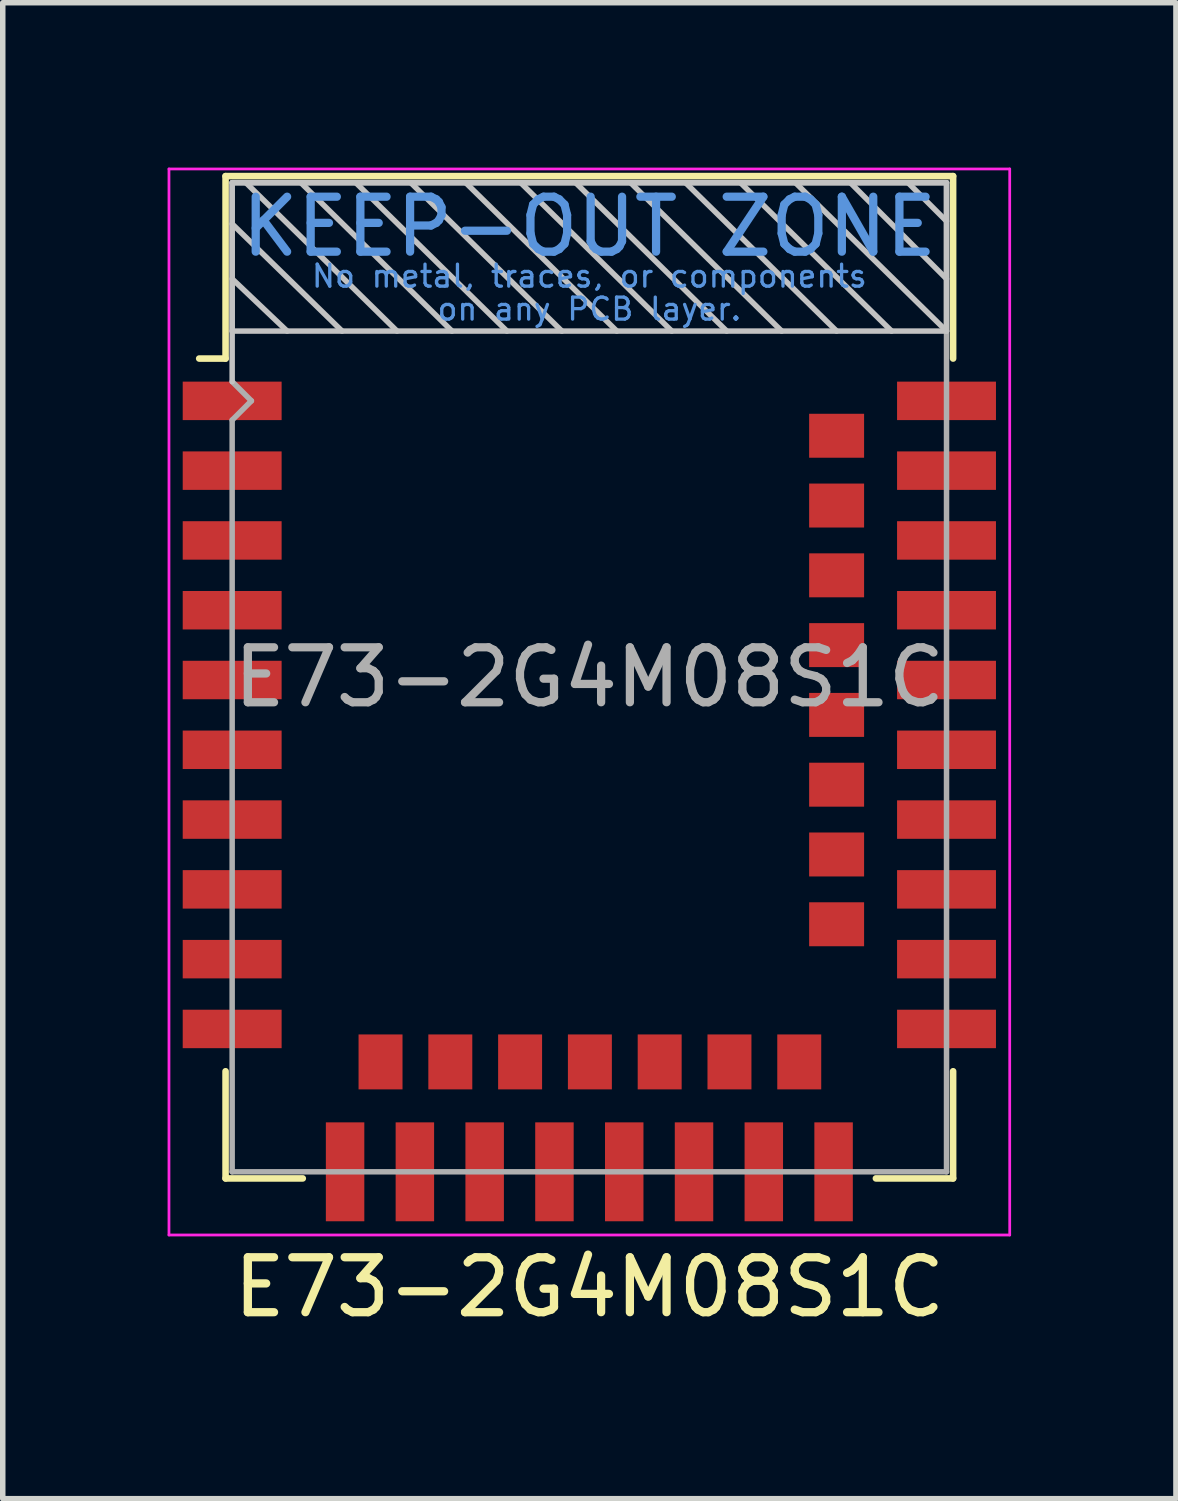
<source format=kicad_pcb>
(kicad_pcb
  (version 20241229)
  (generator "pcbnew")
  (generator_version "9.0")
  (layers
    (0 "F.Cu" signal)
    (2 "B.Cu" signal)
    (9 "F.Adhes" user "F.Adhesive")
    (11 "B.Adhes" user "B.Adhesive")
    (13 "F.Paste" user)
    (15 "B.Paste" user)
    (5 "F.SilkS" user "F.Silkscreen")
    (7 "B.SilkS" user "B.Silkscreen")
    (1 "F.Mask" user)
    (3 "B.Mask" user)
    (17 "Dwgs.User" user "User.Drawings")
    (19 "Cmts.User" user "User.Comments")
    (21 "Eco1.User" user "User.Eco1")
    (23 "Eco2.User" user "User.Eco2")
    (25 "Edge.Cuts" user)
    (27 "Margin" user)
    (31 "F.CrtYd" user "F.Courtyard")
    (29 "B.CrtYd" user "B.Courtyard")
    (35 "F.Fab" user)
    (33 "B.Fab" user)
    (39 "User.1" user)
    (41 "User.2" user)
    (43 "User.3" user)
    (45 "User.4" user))
  (footprint "E73-2G4M08S1C"
    (layer "F.Cu")
    (at 7.675 9.325)
    (property "Reference" "E73-2G4M08S1C" (at 0 11.05 0) (layer "F.SilkS") (effects (font (size 1 1) (thickness 0.15))))
    (attr smd)
    (fp_line (start -6.62 -9.17) (end -6.62 -5.85) (stroke (width 0.12) (type solid)) (layer "F.SilkS"))
    (fp_line (start -6.62 -5.85) (end -7.1 -5.85) (stroke (width 0.12) (type solid)) (layer "F.SilkS"))
    (fp_line (start -6.62 9.07) (end -6.62 7.12) (stroke (width 0.12) (type solid)) (layer "F.SilkS"))
    (fp_line (start -6.62 9.07) (end -5.215 9.07) (stroke (width 0.12) (type solid)) (layer "F.SilkS"))
    (fp_line (start 6.62 -9.17) (end -6.62 -9.17) (stroke (width 0.12) (type solid)) (layer "F.SilkS"))
    (fp_line (start 6.62 -9.17) (end 6.62 -5.85) (stroke (width 0.12) (type solid)) (layer "F.SilkS"))
    (fp_line (start 6.62 9.07) (end 5.215 9.07) (stroke (width 0.12) (type solid)) (layer "F.SilkS"))
    (fp_line (start 6.62 9.07) (end 6.62 7.12) (stroke (width 0.12) (type solid)) (layer "F.SilkS"))
    (fp_line (start -6.5 -9.05) (end 6.5 -9.05) (stroke (width 0.1) (type solid)) (layer "Dwgs.User"))
    (fp_line (start -6.5 -8.3) (end -4.5 -6.35) (stroke (width 0.1) (type solid)) (layer "Dwgs.User"))
    (fp_line (start -6.5 -5.43) (end -6.5 -9.05) (stroke (width 0.1) (type solid)) (layer "Dwgs.User"))
    (fp_line (start -5.5 -6.35) (end -6.5 -7.3) (stroke (width 0.1) (type solid)) (layer "Dwgs.User"))
    (fp_line (start -5.25 -9.05) (end -2.5 -6.35) (stroke (width 0.1) (type solid)) (layer "Dwgs.User"))
    (fp_line (start -3.5 -6.35) (end -6.25 -9.05) (stroke (width 0.1) (type solid)) (layer "Dwgs.User"))
    (fp_line (start -3.25 -9.05) (end -0.5 -6.35) (stroke (width 0.1) (type solid)) (layer "Dwgs.User"))
    (fp_line (start -1.5 -6.35) (end -4.25 -9.05) (stroke (width 0.1) (type solid)) (layer "Dwgs.User"))
    (fp_line (start -1.25 -9.05) (end 1.5 -6.35) (stroke (width 0.1) (type solid)) (layer "Dwgs.User"))
    (fp_line (start 0.5 -6.35) (end -2.25 -9.05) (stroke (width 0.1) (type solid)) (layer "Dwgs.User"))
    (fp_line (start 0.75 -9.05) (end 3.5 -6.35) (stroke (width 0.1) (type solid)) (layer "Dwgs.User"))
    (fp_line (start 2.5 -6.35) (end -0.25 -9.05) (stroke (width 0.1) (type solid)) (layer "Dwgs.User"))
    (fp_line (start 2.75 -9.05) (end 5.5 -6.35) (stroke (width 0.1) (type solid)) (layer "Dwgs.User"))
    (fp_line (start 4.5 -6.35) (end 1.75 -9.05) (stroke (width 0.1) (type solid)) (layer "Dwgs.User"))
    (fp_line (start 4.75 -9.05) (end 6.5 -7.3) (stroke (width 0.1) (type solid)) (layer "Dwgs.User"))
    (fp_line (start 5.8 -9.05) (end 6.5 -8.35) (stroke (width 0.1) (type solid)) (layer "Dwgs.User"))
    (fp_line (start 6.5 -9.05) (end 6.5 -6.35) (stroke (width 0.1) (type solid)) (layer "Dwgs.User"))
    (fp_line (start 6.5 -6.35) (end -6.5 -6.35) (stroke (width 0.1) (type solid)) (layer "Dwgs.User"))
    (fp_line (start 6.5 -6.35) (end 3.75 -9.05) (stroke (width 0.1) (type solid)) (layer "Dwgs.User"))
    (fp_line (start -7.65 -9.3) (end -7.65 10.1) (stroke (width 0.05) (type solid)) (layer "F.CrtYd"))
    (fp_line (start -7.65 10.1) (end 7.65 10.1) (stroke (width 0.05) (type solid)) (layer "F.CrtYd"))
    (fp_line (start 7.65 -9.3) (end -7.65 -9.3) (stroke (width 0.05) (type solid)) (layer "F.CrtYd"))
    (fp_line (start 7.65 10.1) (end 7.65 -9.3) (stroke (width 0.05) (type solid)) (layer "F.CrtYd"))
    (fp_line (start -6.5 -6.35) (end -6.5 -9.05) (stroke (width 0.1) (type solid)) (layer "F.Fab"))
    (fp_line (start -6.5 -5.43) (end -6.15 -5.08) (stroke (width 0.1) (type solid)) (layer "F.Fab"))
    (fp_line (start -6.5 -4.73) (end -6.5 8.95) (stroke (width 0.1) (type solid)) (layer "F.Fab"))
    (fp_line (start -6.5 8.95) (end 6.5 8.95) (stroke (width 0.1) (type solid)) (layer "F.Fab"))
    (fp_line (start -6.15 -5.08) (end -6.5 -4.73) (stroke (width 0.1) (type solid)) (layer "F.Fab"))
    (fp_line (start 6.5 -9.05) (end -6.5 -9.05) (stroke (width 0.1) (type solid)) (layer "F.Fab"))
    (fp_line (start 6.5 8.95) (end 6.5 -9.05) (stroke (width 0.1) (type solid)) (layer "F.Fab"))
    (fp_text user "on any PCB layer." (at 0 -6.75 0) (layer "Cmts.User") (effects (font (size 0.4 0.4) (thickness 0.06))))
    (fp_text user "KEEP-OUT ZONE" (at 0 -8.25 0) (layer "Cmts.User") (effects (font (size 1 1) (thickness 0.15))))
    (fp_text user "No metal, traces, or components" (at 0 -7.35 0) (layer "Cmts.User") (effects (font (size 0.4 0.4) (thickness 0.06))))
    (fp_text user "${REFERENCE}" (at 0 -0.05 0) (layer "F.Fab") (effects (font (size 1 1) (thickness 0.15))))
    (pad "1" smd rect (at -6.5 -5.08) (size 1.8 0.7) (layers "F.Cu" "F.Mask" "F.Paste"))
    (pad "2" smd rect (at -6.5 -3.81) (size 1.8 0.7) (layers "F.Cu" "F.Mask" "F.Paste"))
    (pad "3" smd rect (at -6.5 -2.54) (size 1.8 0.7) (layers "F.Cu" "F.Mask" "F.Paste"))
    (pad "4" smd rect (at -6.5 -1.27) (size 1.8 0.7) (layers "F.Cu" "F.Mask" "F.Paste"))
    (pad "5" smd rect (at -6.5 0) (size 1.8 0.7) (layers "F.Cu" "F.Mask" "F.Paste"))
    (pad "6" smd rect (at -6.5 1.27) (size 1.8 0.7) (layers "F.Cu" "F.Mask" "F.Paste"))
    (pad "7" smd rect (at -6.5 2.54) (size 1.8 0.7) (layers "F.Cu" "F.Mask" "F.Paste"))
    (pad "8" smd rect (at -6.5 3.81) (size 1.8 0.7) (layers "F.Cu" "F.Mask" "F.Paste"))
    (pad "9" smd rect (at -6.5 5.08) (size 1.8 0.7) (layers "F.Cu" "F.Mask" "F.Paste"))
    (pad "10" smd rect (at -6.5 6.35) (size 1.8 0.7) (layers "F.Cu" "F.Mask" "F.Paste"))
    (pad "11" smd rect (at -4.445 8.95) (size 0.7 1.8) (layers "F.Cu" "F.Mask" "F.Paste"))
    (pad "12" smd rect (at -3.8 6.95) (size 0.8 1) (layers "F.Cu" "F.Mask" "F.Paste"))
    (pad "13" smd rect (at -3.175 8.95) (size 0.7 1.8) (layers "F.Cu" "F.Mask" "F.Paste"))
    (pad "14" smd rect (at -2.53 6.95) (size 0.8 1) (layers "F.Cu" "F.Mask" "F.Paste"))
    (pad "15" smd rect (at -1.905 8.95) (size 0.7 1.8) (layers "F.Cu" "F.Mask" "F.Paste"))
    (pad "16" smd rect (at -1.26 6.95) (size 0.8 1) (layers "F.Cu" "F.Mask" "F.Paste"))
    (pad "17" smd rect (at -0.635 8.95) (size 0.7 1.8) (layers "F.Cu" "F.Mask" "F.Paste"))
    (pad "18" smd rect (at 0.01 6.95) (size 0.8 1) (layers "F.Cu" "F.Mask" "F.Paste"))
    (pad "19" smd rect (at 0.635 8.95) (size 0.7 1.8) (layers "F.Cu" "F.Mask" "F.Paste"))
    (pad "20" smd rect (at 1.28 6.95) (size 0.8 1) (layers "F.Cu" "F.Mask" "F.Paste"))
    (pad "21" smd rect (at 1.905 8.95) (size 0.7 1.8) (layers "F.Cu" "F.Mask" "F.Paste"))
    (pad "22" smd rect (at 2.55 6.95) (size 0.8 1) (layers "F.Cu" "F.Mask" "F.Paste"))
    (pad "23" smd rect (at 3.175 8.95) (size 0.7 1.8) (layers "F.Cu" "F.Mask" "F.Paste"))
    (pad "24" smd rect (at 3.82 6.95) (size 0.8 1) (layers "F.Cu" "F.Mask" "F.Paste"))
    (pad "25" smd rect (at 4.445 8.95) (size 0.7 1.8) (layers "F.Cu" "F.Mask" "F.Paste"))
    (pad "26" smd rect (at 6.5 6.35) (size 1.8 0.7) (layers "F.Cu" "F.Mask" "F.Paste"))
    (pad "27" smd rect (at 6.5 5.08) (size 1.8 0.7) (layers "F.Cu" "F.Mask" "F.Paste"))
    (pad "28" smd rect (at 4.5 4.445) (size 1 0.8) (layers "F.Cu" "F.Mask" "F.Paste"))
    (pad "29" smd rect (at 6.5 3.81) (size 1.8 0.7) (layers "F.Cu" "F.Mask" "F.Paste"))
    (pad "30" smd rect (at 4.5 3.175) (size 1 0.8) (layers "F.Cu" "F.Mask" "F.Paste"))
    (pad "31" smd rect (at 6.5 2.54) (size 1.8 0.7) (layers "F.Cu" "F.Mask" "F.Paste"))
    (pad "32" smd rect (at 4.5 1.905) (size 1 0.8) (layers "F.Cu" "F.Mask" "F.Paste"))
    (pad "33" smd rect (at 6.5 1.27) (size 1.8 0.7) (layers "F.Cu" "F.Mask" "F.Paste"))
    (pad "34" smd rect (at 4.5 0.635) (size 1 0.8) (layers "F.Cu" "F.Mask" "F.Paste"))
    (pad "35" smd rect (at 6.5 0) (size 1.8 0.7) (layers "F.Cu" "F.Mask" "F.Paste"))
    (pad "36" smd rect (at 4.5 -0.635) (size 1 0.8) (layers "F.Cu" "F.Mask" "F.Paste"))
    (pad "37" smd rect (at 6.5 -1.27) (size 1.8 0.7) (layers "F.Cu" "F.Mask" "F.Paste"))
    (pad "38" smd rect (at 4.5 -1.905) (size 1 0.8) (layers "F.Cu" "F.Mask" "F.Paste"))
    (pad "39" smd rect (at 6.5 -2.54) (size 1.8 0.7) (layers "F.Cu" "F.Mask" "F.Paste"))
    (pad "40" smd rect (at 4.5 -3.175) (size 1 0.8) (layers "F.Cu" "F.Mask" "F.Paste"))
    (pad "41" smd rect (at 6.5 -3.81) (size 1.8 0.7) (layers "F.Cu" "F.Mask" "F.Paste"))
    (pad "42" smd rect (at 4.5 -4.445) (size 1 0.8) (layers "F.Cu" "F.Mask" "F.Paste"))
    (pad "43" smd rect (at 6.5 -5.08) (size 1.8 0.7) (layers "F.Cu" "F.Mask" "F.Paste")))
  (gr_rect
    (start -3 -3)
    (end 18.35 24.223)
    (stroke (width 0.1) (type default))
    (fill no)
    (layer "Edge.Cuts")))
</source>
